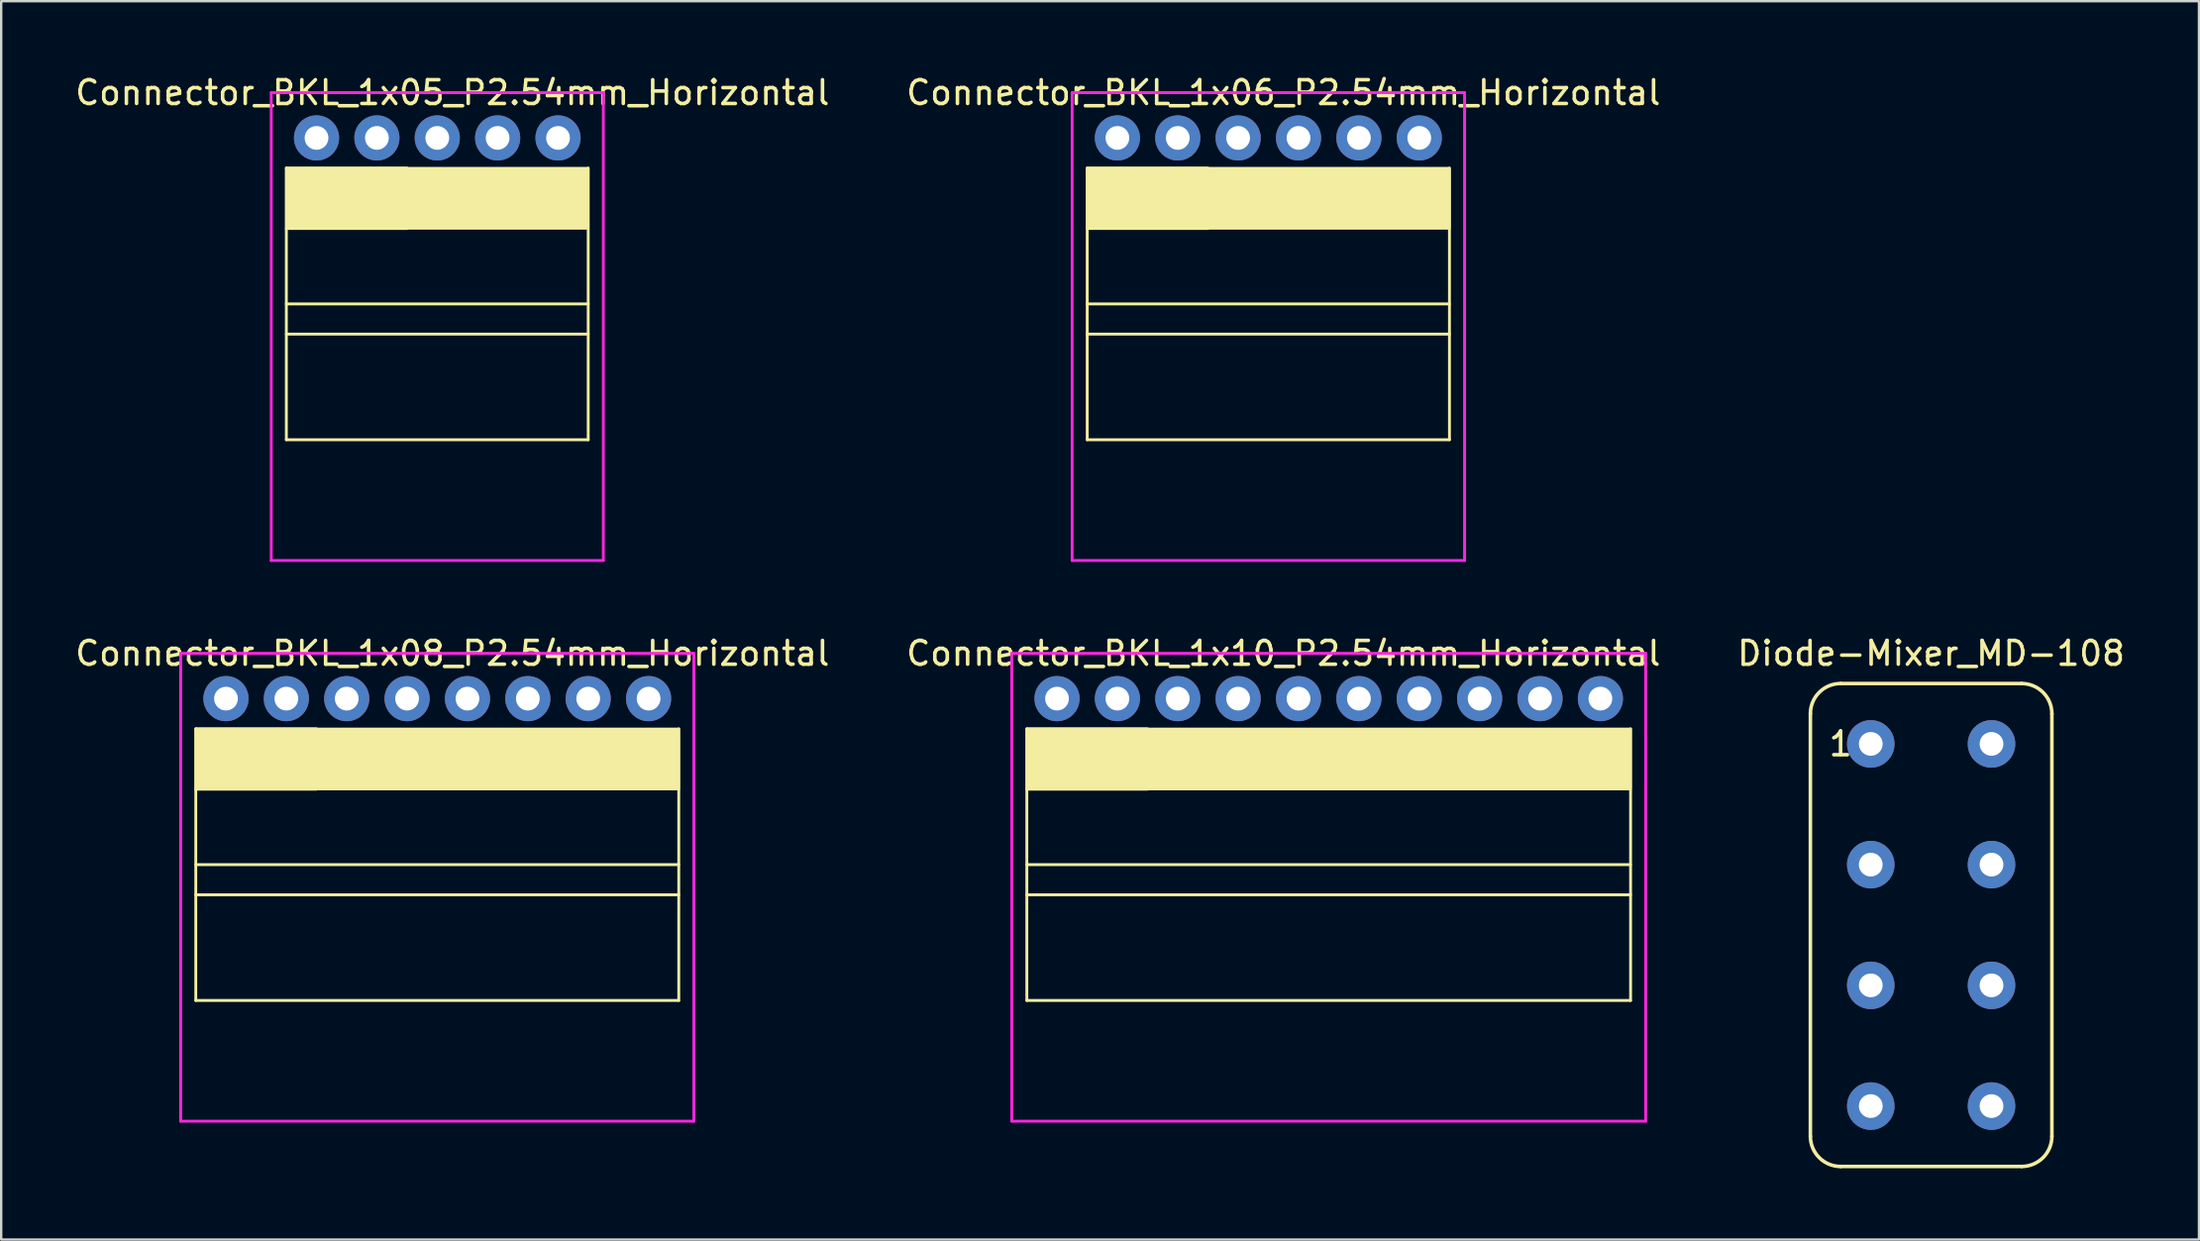
<source format=kicad_pcb>
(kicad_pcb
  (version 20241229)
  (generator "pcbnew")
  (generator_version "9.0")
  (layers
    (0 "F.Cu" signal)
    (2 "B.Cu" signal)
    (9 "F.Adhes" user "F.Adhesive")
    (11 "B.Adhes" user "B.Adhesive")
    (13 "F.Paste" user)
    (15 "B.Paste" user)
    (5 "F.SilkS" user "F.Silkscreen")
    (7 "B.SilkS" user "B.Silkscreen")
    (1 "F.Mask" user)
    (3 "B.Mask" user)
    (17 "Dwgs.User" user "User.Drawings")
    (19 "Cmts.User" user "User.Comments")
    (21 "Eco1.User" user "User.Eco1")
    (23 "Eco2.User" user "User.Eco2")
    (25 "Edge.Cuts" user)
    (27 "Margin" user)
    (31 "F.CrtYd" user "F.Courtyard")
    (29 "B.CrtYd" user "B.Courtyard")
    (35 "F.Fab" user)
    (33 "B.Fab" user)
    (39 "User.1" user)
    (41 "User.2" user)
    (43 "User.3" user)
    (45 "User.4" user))
  (footprint "Diode-Mixer_MD-108"
    (layer "F.Cu")
    (at 78.196 35.871)
    (property "Reference" "Diode-Mixer_MD-108" (at 0 -11.43 0) (layer "F.SilkS") (effects (font (size 1 1) (thickness 0.15))))
    (attr through_hole)
    (fp_line (start -5.08 -8.89) (end -5.08 8.89) (stroke (width 0.15) (type solid)) (layer "F.SilkS"))
    (fp_line (start -3.81 10.16) (end 3.81 10.16) (stroke (width 0.15) (type solid)) (layer "F.SilkS"))
    (fp_line (start 3.81 -10.16) (end -3.81 -10.16) (stroke (width 0.15) (type solid)) (layer "F.SilkS"))
    (fp_line (start 5.08 8.89) (end 5.08 -8.89) (stroke (width 0.15) (type solid)) (layer "F.SilkS"))
    (fp_arc (start -5.08 -8.89) (mid -4.708026 -9.788026) (end -3.81 -10.16) (stroke (width 0.15) (type solid)) (layer "F.SilkS"))
    (fp_arc (start -3.81 10.16) (mid -4.708026 9.788026) (end -5.08 8.89) (stroke (width 0.15) (type solid)) (layer "F.SilkS"))
    (fp_arc (start 3.81 -10.16) (mid 4.708026 -9.788026) (end 5.08 -8.89) (stroke (width 0.15) (type solid)) (layer "F.SilkS"))
    (fp_arc (start 5.08 8.89) (mid 4.708026 9.788026) (end 3.81 10.16) (stroke (width 0.15) (type solid)) (layer "F.SilkS"))
    (fp_text user "1" (at -3.81 -7.62 0) (layer "F.SilkS") (effects (font (size 1 1) (thickness 0.15))))
    (pad "1" thru_hole circle (at -2.54 -7.62) (size 2 2) (drill 1) (layers "*.Cu" "*.Mask"))
    (pad "2" thru_hole circle (at -2.54 -2.54) (size 2 2) (drill 1) (layers "*.Cu" "*.Mask"))
    (pad "3" thru_hole circle (at -2.54 2.54) (size 2 2) (drill 1) (layers "*.Cu" "*.Mask"))
    (pad "4" thru_hole circle (at -2.54 7.62) (size 2 2) (drill 1) (layers "*.Cu" "*.Mask"))
    (pad "5" thru_hole circle (at 2.54 -2.54) (size 2 2) (drill 1) (layers "*.Cu" "*.Mask"))
    (pad "6" thru_hole circle (at 2.54 -7.62) (size 2 2) (drill 1) (layers "*.Cu" "*.Mask"))
    (pad "7" thru_hole circle (at 2.54 2.54) (size 2 2) (drill 1) (layers "*.Cu" "*.Mask"))
    (pad "8" thru_hole circle (at 2.54 7.62) (size 2 2) (drill 1) (layers "*.Cu" "*.Mask")))
  (footprint "Connector_BKL_1x06_P2.54mm_Horizontal"
    (layer "F.Cu")
    (at 49.041 2.753)
    (property "Reference" "Connector_BKL_1x06_P2.54mm_Horizontal" (at 1.905 -1.905 0) (layer "F.SilkS") (effects (font (size 1 1) (thickness 0.15))))
    (attr through_hole)
    (fp_line (start -6.35 1.27) (end -1.27 1.27) (stroke (width 0.12) (type solid)) (layer "F.SilkS"))
    (fp_line (start -6.35 3.81) (end -1.27 3.81) (stroke (width 0.12) (type solid)) (layer "F.SilkS"))
    (fp_line (start -6.35 12.7) (end -6.35 1.27) (stroke (width 0.12) (type solid)) (layer "F.SilkS"))
    (fp_line (start 8.89 1.27) (end 8.89 12.7) (stroke (width 0.12) (type solid)) (layer "F.SilkS"))
    (fp_line (start 8.89 6.985) (end -6.35 6.985) (stroke (width 0.12) (type solid)) (layer "F.SilkS"))
    (fp_line (start 8.89 8.255) (end -6.35 8.255) (stroke (width 0.12) (type solid)) (layer "F.SilkS"))
    (fp_line (start 8.89 12.7) (end -6.35 12.7) (stroke (width 0.12) (type solid)) (layer "F.SilkS"))
    (fp_poly (pts (xy 8.89 3.81) (xy -6.35 3.81) (xy -6.35 1.27) (xy 8.89 1.27)) (stroke (width 0.1) (type solid)) (fill yes) (layer "F.SilkS"))
    (fp_line (start -6.985 -1.905) (end 9.525 -1.905) (stroke (width 0.12) (type solid)) (layer "F.CrtYd"))
    (fp_line (start -6.985 17.78) (end -6.985 -1.905) (stroke (width 0.12) (type solid)) (layer "F.CrtYd"))
    (fp_line (start 9.525 -1.905) (end 9.525 17.78) (stroke (width 0.12) (type solid)) (layer "F.CrtYd"))
    (fp_line (start 9.525 17.78) (end -6.985 17.78) (stroke (width 0.12) (type solid)) (layer "F.CrtYd"))
    (pad "1" thru_hole circle (at -5.08 0) (size 1.9 1.9) (drill 1) (layers "*.Cu" "*.Mask"))
    (pad "2" thru_hole circle (at -2.54 0) (size 1.9 1.9) (drill 1) (layers "*.Cu" "*.Mask"))
    (pad "3" thru_hole circle (at 0 0) (size 1.9 1.9) (drill 1) (layers "*.Cu" "*.Mask"))
    (pad "4" thru_hole circle (at 2.54 0) (size 1.9 1.9) (drill 1) (layers "*.Cu" "*.Mask"))
    (pad "5" thru_hole circle (at 5.08 0) (size 1.9 1.9) (drill 1) (layers "*.Cu" "*.Mask"))
    (pad "6" thru_hole circle (at 7.62 0) (size 1.9 1.9) (drill 1) (layers "*.Cu" "*.Mask")))
  (footprint "Connector_BKL_1x08_P2.54mm_Horizontal"
    (layer "F.Cu")
    (at 15.347 26.346)
    (property "Reference" "Connector_BKL_1x08_P2.54mm_Horizontal" (at 0.635 -1.905 0) (layer "F.SilkS") (effects (font (size 1 1) (thickness 0.15))))
    (attr through_hole)
    (fp_line (start -10.16 1.27) (end -5.08 1.27) (stroke (width 0.12) (type solid)) (layer "F.SilkS"))
    (fp_line (start -10.16 3.81) (end -5.08 3.81) (stroke (width 0.12) (type solid)) (layer "F.SilkS"))
    (fp_line (start -10.16 12.7) (end -10.16 1.27) (stroke (width 0.12) (type solid)) (layer "F.SilkS"))
    (fp_line (start 10.16 1.27) (end 10.16 12.7) (stroke (width 0.12) (type solid)) (layer "F.SilkS"))
    (fp_line (start 10.16 6.985) (end -10.16 6.985) (stroke (width 0.12) (type solid)) (layer "F.SilkS"))
    (fp_line (start 10.16 8.255) (end -10.16 8.255) (stroke (width 0.12) (type solid)) (layer "F.SilkS"))
    (fp_line (start 10.16 12.7) (end -10.16 12.7) (stroke (width 0.12) (type solid)) (layer "F.SilkS"))
    (fp_poly (pts (xy 10.16 3.81) (xy -10.16 3.81) (xy -10.16 1.27) (xy 10.16 1.27)) (stroke (width 0.1) (type solid)) (fill yes) (layer "F.SilkS"))
    (fp_line (start -10.795 -1.905) (end 10.795 -1.905) (stroke (width 0.12) (type solid)) (layer "F.CrtYd"))
    (fp_line (start -10.795 17.78) (end -10.795 -1.905) (stroke (width 0.12) (type solid)) (layer "F.CrtYd"))
    (fp_line (start 10.795 -1.905) (end 10.795 17.78) (stroke (width 0.12) (type solid)) (layer "F.CrtYd"))
    (fp_line (start 10.795 17.78) (end -10.795 17.78) (stroke (width 0.12) (type solid)) (layer "F.CrtYd"))
    (pad "1" thru_hole circle (at -8.89 0) (size 1.9 1.9) (drill 1) (layers "*.Cu" "*.Mask"))
    (pad "2" thru_hole circle (at -6.35 0) (size 1.9 1.9) (drill 1) (layers "*.Cu" "*.Mask"))
    (pad "3" thru_hole circle (at -3.81 0) (size 1.9 1.9) (drill 1) (layers "*.Cu" "*.Mask"))
    (pad "4" thru_hole circle (at -1.27 0) (size 1.9 1.9) (drill 1) (layers "*.Cu" "*.Mask"))
    (pad "5" thru_hole circle (at 1.27 0) (size 1.9 1.9) (drill 1) (layers "*.Cu" "*.Mask"))
    (pad "6" thru_hole circle (at 3.81 0) (size 1.9 1.9) (drill 1) (layers "*.Cu" "*.Mask"))
    (pad "7" thru_hole circle (at 6.35 0) (size 1.9 1.9) (drill 1) (layers "*.Cu" "*.Mask"))
    (pad "8" thru_hole circle (at 8.89 0) (size 1.9 1.9) (drill 1) (layers "*.Cu" "*.Mask")))
  (footprint "Connector_BKL_1x10_P2.54mm_Horizontal"
    (layer "F.Cu")
    (at 50.311 26.346)
    (property "Reference" "Connector_BKL_1x10_P2.54mm_Horizontal" (at 0.635 -1.905 0) (layer "F.SilkS") (effects (font (size 1 1) (thickness 0.15))))
    (attr through_hole)
    (fp_line (start -10.16 1.27) (end -5.08 1.27) (stroke (width 0.12) (type solid)) (layer "F.SilkS"))
    (fp_line (start -10.16 3.81) (end -5.08 3.81) (stroke (width 0.12) (type solid)) (layer "F.SilkS"))
    (fp_line (start -10.16 12.7) (end -10.16 1.27) (stroke (width 0.12) (type solid)) (layer "F.SilkS"))
    (fp_line (start 15.24 1.27) (end 15.24 12.7) (stroke (width 0.12) (type solid)) (layer "F.SilkS"))
    (fp_line (start 15.24 6.985) (end -10.16 6.985) (stroke (width 0.12) (type solid)) (layer "F.SilkS"))
    (fp_line (start 15.24 8.255) (end -10.16 8.255) (stroke (width 0.12) (type solid)) (layer "F.SilkS"))
    (fp_line (start 15.24 12.7) (end -10.16 12.7) (stroke (width 0.12) (type solid)) (layer "F.SilkS"))
    (fp_poly (pts (xy 15.24 3.81) (xy -10.16 3.81) (xy -10.16 1.27) (xy 15.24 1.27)) (stroke (width 0.1) (type solid)) (fill yes) (layer "F.SilkS"))
    (fp_line (start -10.795 -1.905) (end 15.875 -1.905) (stroke (width 0.12) (type solid)) (layer "F.CrtYd"))
    (fp_line (start -10.795 17.78) (end -10.795 -1.905) (stroke (width 0.12) (type solid)) (layer "F.CrtYd"))
    (fp_line (start 15.875 -1.905) (end 15.875 17.78) (stroke (width 0.12) (type solid)) (layer "F.CrtYd"))
    (fp_line (start 15.875 17.78) (end -10.795 17.78) (stroke (width 0.12) (type solid)) (layer "F.CrtYd"))
    (pad "1" thru_hole circle (at -8.89 0) (size 1.9 1.9) (drill 1) (layers "*.Cu" "*.Mask"))
    (pad "2" thru_hole circle (at -6.35 0) (size 1.9 1.9) (drill 1) (layers "*.Cu" "*.Mask"))
    (pad "3" thru_hole circle (at -3.81 0) (size 1.9 1.9) (drill 1) (layers "*.Cu" "*.Mask"))
    (pad "4" thru_hole circle (at -1.27 0) (size 1.9 1.9) (drill 1) (layers "*.Cu" "*.Mask"))
    (pad "5" thru_hole circle (at 1.27 0) (size 1.9 1.9) (drill 1) (layers "*.Cu" "*.Mask"))
    (pad "6" thru_hole circle (at 3.81 0) (size 1.9 1.9) (drill 1) (layers "*.Cu" "*.Mask"))
    (pad "7" thru_hole circle (at 6.35 0) (size 1.9 1.9) (drill 1) (layers "*.Cu" "*.Mask"))
    (pad "8" thru_hole circle (at 8.89 0) (size 1.9 1.9) (drill 1) (layers "*.Cu" "*.Mask"))
    (pad "9" thru_hole circle (at 11.43 0) (size 1.9 1.9) (drill 1) (layers "*.Cu" "*.Mask"))
    (pad "10" thru_hole circle (at 13.97 0) (size 1.9 1.9) (drill 1) (layers "*.Cu" "*.Mask")))
  (footprint "Connector_BKL_1x05_P2.54mm_Horizontal"
    (layer "F.Cu")
    (at 15.347 2.753)
    (property "Reference" "Connector_BKL_1x05_P2.54mm_Horizontal" (at 0.635 -1.905 0) (layer "F.SilkS") (effects (font (size 1 1) (thickness 0.15))))
    (attr through_hole)
    (fp_line (start -6.35 1.27) (end -1.27 1.27) (stroke (width 0.12) (type solid)) (layer "F.SilkS"))
    (fp_line (start -6.35 3.81) (end -1.27 3.81) (stroke (width 0.12) (type solid)) (layer "F.SilkS"))
    (fp_line (start -6.35 12.7) (end -6.35 1.27) (stroke (width 0.12) (type solid)) (layer "F.SilkS"))
    (fp_line (start 6.35 1.27) (end 6.35 12.7) (stroke (width 0.12) (type solid)) (layer "F.SilkS"))
    (fp_line (start 6.35 6.985) (end -6.35 6.985) (stroke (width 0.12) (type solid)) (layer "F.SilkS"))
    (fp_line (start 6.35 8.255) (end -6.35 8.255) (stroke (width 0.12) (type solid)) (layer "F.SilkS"))
    (fp_line (start 6.35 12.7) (end -6.35 12.7) (stroke (width 0.12) (type solid)) (layer "F.SilkS"))
    (fp_poly (pts (xy 6.35 3.81) (xy -6.35 3.81) (xy -6.35 1.27) (xy 6.35 1.27)) (stroke (width 0.1) (type solid)) (fill yes) (layer "F.SilkS"))
    (fp_line (start -6.985 -1.905) (end 6.985 -1.905) (stroke (width 0.12) (type solid)) (layer "F.CrtYd"))
    (fp_line (start -6.985 17.78) (end -6.985 -1.905) (stroke (width 0.12) (type solid)) (layer "F.CrtYd"))
    (fp_line (start 6.985 -1.905) (end 6.985 17.78) (stroke (width 0.12) (type solid)) (layer "F.CrtYd"))
    (fp_line (start 6.985 17.78) (end -6.985 17.78) (stroke (width 0.12) (type solid)) (layer "F.CrtYd"))
    (pad "1" thru_hole circle (at -5.08 0) (size 1.9 1.9) (drill 1) (layers "*.Cu" "*.Mask"))
    (pad "2" thru_hole circle (at -2.54 0) (size 1.9 1.9) (drill 1) (layers "*.Cu" "*.Mask"))
    (pad "3" thru_hole circle (at 0 0) (size 1.9 1.9) (drill 1) (layers "*.Cu" "*.Mask"))
    (pad "4" thru_hole circle (at 2.54 0) (size 1.9 1.9) (drill 1) (layers "*.Cu" "*.Mask"))
    (pad "5" thru_hole circle (at 5.08 0) (size 1.9 1.9) (drill 1) (layers "*.Cu" "*.Mask")))
  (gr_rect
    (start -3 -3)
    (end 89.464 49.106)
    (stroke (width 0.1) (type default))
    (fill no)
    (layer "Edge.Cuts")))
</source>
